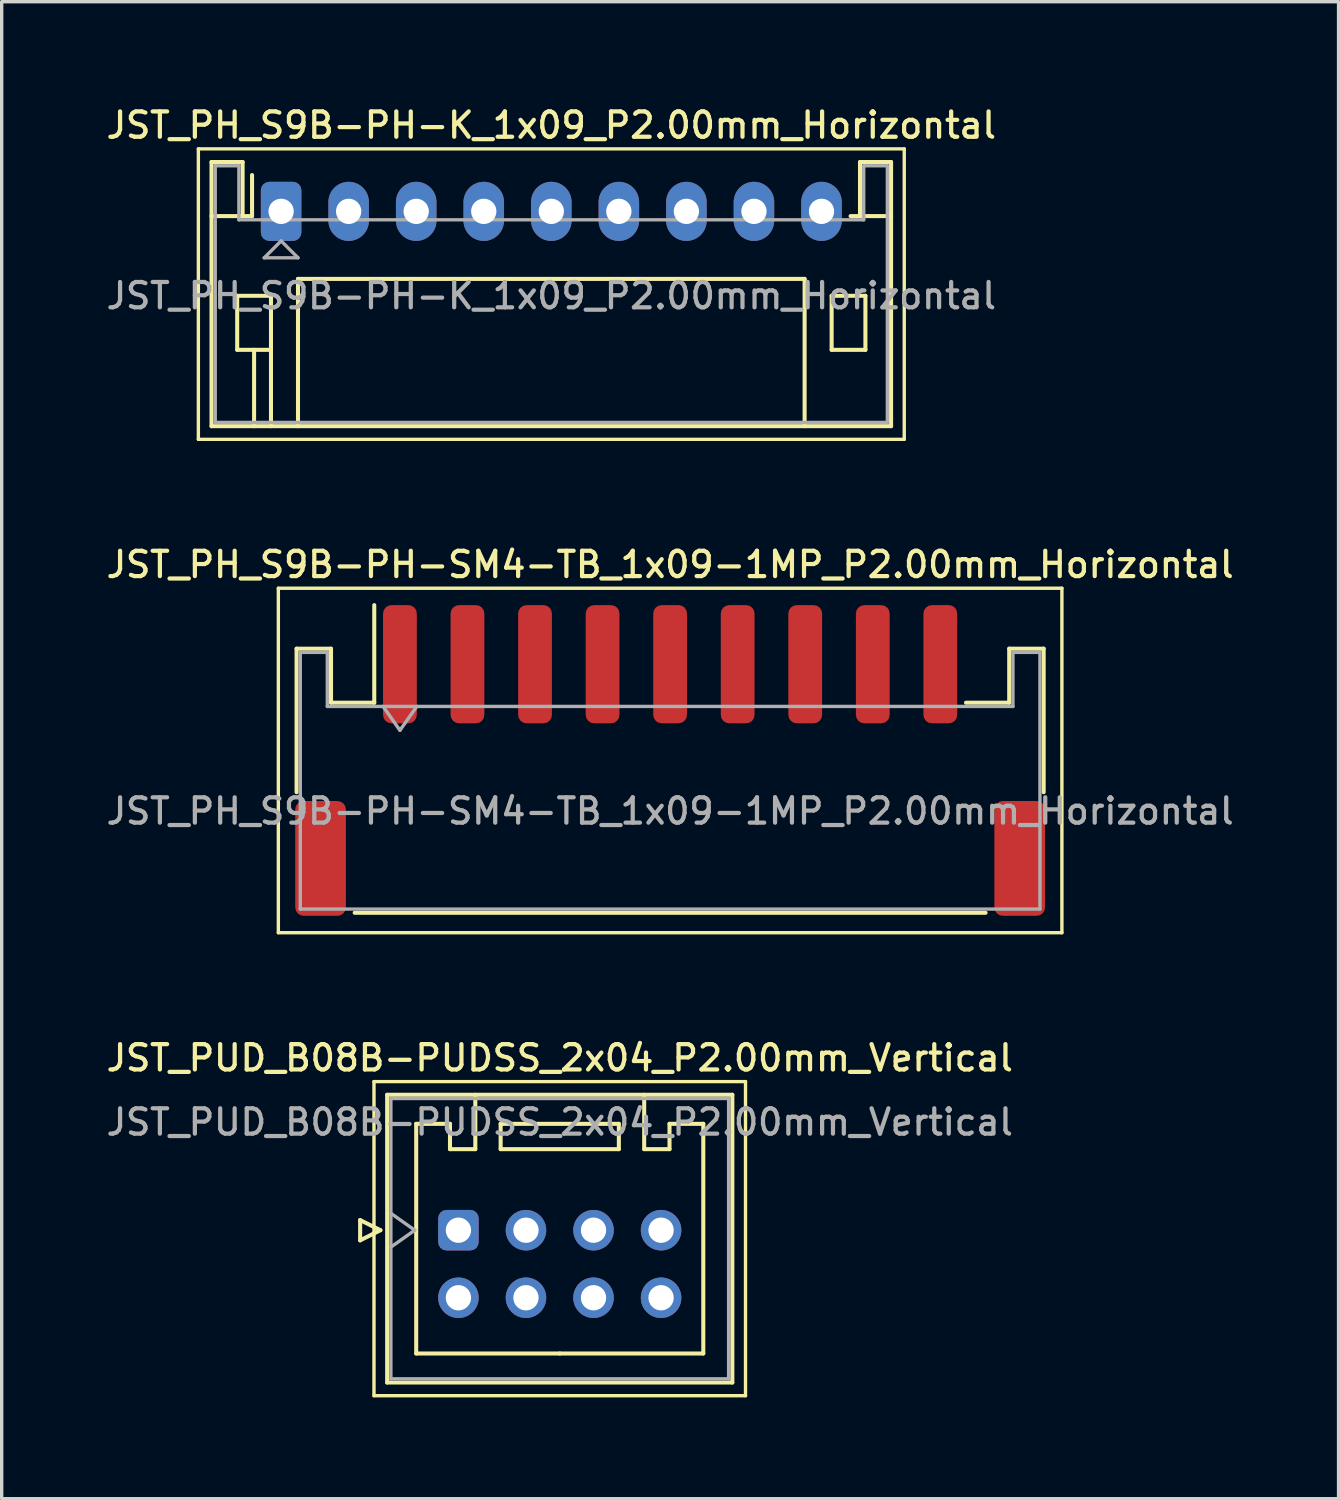
<source format=kicad_pcb>
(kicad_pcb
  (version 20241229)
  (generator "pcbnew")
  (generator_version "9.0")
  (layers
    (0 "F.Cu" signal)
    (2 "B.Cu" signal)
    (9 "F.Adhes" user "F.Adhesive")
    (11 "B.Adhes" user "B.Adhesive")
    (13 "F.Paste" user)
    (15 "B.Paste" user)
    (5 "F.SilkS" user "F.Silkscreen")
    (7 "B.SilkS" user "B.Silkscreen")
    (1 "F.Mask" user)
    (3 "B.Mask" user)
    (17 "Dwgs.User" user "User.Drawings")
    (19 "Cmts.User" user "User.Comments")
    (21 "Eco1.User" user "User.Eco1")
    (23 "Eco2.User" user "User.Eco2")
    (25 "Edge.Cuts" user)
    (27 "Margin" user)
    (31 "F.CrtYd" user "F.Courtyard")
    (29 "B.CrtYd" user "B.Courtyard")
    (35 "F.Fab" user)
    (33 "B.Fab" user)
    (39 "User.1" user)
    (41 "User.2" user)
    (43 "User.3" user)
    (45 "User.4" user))
  (footprint "JST_PH_S9B-PH-SM4-TB_1x09-1MP_P2.00mm_Horizontal"
    (layer "F.Cu")
    (at 16.791 19.466)
    (property "Reference" "JST_PH_S9B-PH-SM4-TB_1x09-1MP_P2.00mm_Horizontal" (at 0 -5.8 0) (layer "F.SilkS") (effects (font (size 0.75 0.75) (thickness 0.125))))
    (attr smd)
    (fp_line (start -11.6 -5.1) (end -11.6 5.1) (stroke (width 0.1) (type solid)) (layer "F.SilkS"))
    (fp_line (start -11.6 5.1) (end 11.6 5.1) (stroke (width 0.1) (type solid)) (layer "F.SilkS"))
    (fp_line (start -11.06 -3.31) (end -10.04 -3.31) (stroke (width 0.12) (type solid)) (layer "F.SilkS"))
    (fp_line (start -11.06 0.94) (end -11.06 -3.31) (stroke (width 0.12) (type solid)) (layer "F.SilkS"))
    (fp_line (start -10.04 -3.31) (end -10.04 -1.71) (stroke (width 0.12) (type solid)) (layer "F.SilkS"))
    (fp_line (start -10.04 -1.71) (end -8.76 -1.71) (stroke (width 0.12) (type solid)) (layer "F.SilkS"))
    (fp_line (start -9.34 4.51) (end 9.34 4.51) (stroke (width 0.12) (type solid)) (layer "F.SilkS"))
    (fp_line (start -8.76 -1.71) (end -8.76 -4.6) (stroke (width 0.12) (type solid)) (layer "F.SilkS"))
    (fp_line (start 10.04 -3.31) (end 10.04 -1.71) (stroke (width 0.12) (type solid)) (layer "F.SilkS"))
    (fp_line (start 10.04 -1.71) (end 8.76 -1.71) (stroke (width 0.12) (type solid)) (layer "F.SilkS"))
    (fp_line (start 11.06 -3.31) (end 10.04 -3.31) (stroke (width 0.12) (type solid)) (layer "F.SilkS"))
    (fp_line (start 11.06 0.94) (end 11.06 -3.31) (stroke (width 0.12) (type solid)) (layer "F.SilkS"))
    (fp_line (start 11.6 -5.1) (end -11.6 -5.1) (stroke (width 0.1) (type solid)) (layer "F.SilkS"))
    (fp_line (start 11.6 5.1) (end 11.6 -5.1) (stroke (width 0.1) (type solid)) (layer "F.SilkS"))
    (fp_line (start -10.95 -3.2) (end -10.95 4.4) (stroke (width 0.1) (type solid)) (layer "F.Fab"))
    (fp_line (start -10.95 -3.2) (end -10.15 -3.2) (stroke (width 0.1) (type solid)) (layer "F.Fab"))
    (fp_line (start -10.95 4.4) (end 10.95 4.4) (stroke (width 0.1) (type solid)) (layer "F.Fab"))
    (fp_line (start -10.15 -3.2) (end -10.15 -1.6) (stroke (width 0.1) (type solid)) (layer "F.Fab"))
    (fp_line (start -10.15 -1.6) (end 10.15 -1.6) (stroke (width 0.1) (type solid)) (layer "F.Fab"))
    (fp_line (start -8.5 -1.6) (end -8 -0.893) (stroke (width 0.1) (type solid)) (layer "F.Fab"))
    (fp_line (start -8 -0.893) (end -7.5 -1.6) (stroke (width 0.1) (type solid)) (layer "F.Fab"))
    (fp_line (start 10.15 -3.2) (end 10.95 -3.2) (stroke (width 0.1) (type solid)) (layer "F.Fab"))
    (fp_line (start 10.15 -1.6) (end 10.15 -3.2) (stroke (width 0.1) (type solid)) (layer "F.Fab"))
    (fp_line (start 10.95 -3.2) (end 10.95 4.4) (stroke (width 0.1) (type solid)) (layer "F.Fab"))
    (fp_text user "${REFERENCE}" (at 0 1.5 0) (layer "F.Fab") (effects (font (size 0.75 0.75) (thickness 0.125))))
    (pad "1" smd roundrect (at -8 -2.85) (size 1 3.5) (layers "F.Cu" "F.Mask" "F.Paste") (roundrect_rratio 0.25))
    (pad "2" smd roundrect (at -6 -2.85) (size 1 3.5) (layers "F.Cu" "F.Mask" "F.Paste") (roundrect_rratio 0.25))
    (pad "3" smd roundrect (at -4 -2.85) (size 1 3.5) (layers "F.Cu" "F.Mask" "F.Paste") (roundrect_rratio 0.25))
    (pad "4" smd roundrect (at -2 -2.85) (size 1 3.5) (layers "F.Cu" "F.Mask" "F.Paste") (roundrect_rratio 0.25))
    (pad "5" smd roundrect (at 0 -2.85) (size 1 3.5) (layers "F.Cu" "F.Mask" "F.Paste") (roundrect_rratio 0.25))
    (pad "6" smd roundrect (at 2 -2.85) (size 1 3.5) (layers "F.Cu" "F.Mask" "F.Paste") (roundrect_rratio 0.25))
    (pad "7" smd roundrect (at 4 -2.85) (size 1 3.5) (layers "F.Cu" "F.Mask" "F.Paste") (roundrect_rratio 0.25))
    (pad "8" smd roundrect (at 6 -2.85) (size 1 3.5) (layers "F.Cu" "F.Mask" "F.Paste") (roundrect_rratio 0.25))
    (pad "9" smd roundrect (at 8 -2.85) (size 1 3.5) (layers "F.Cu" "F.Mask" "F.Paste") (roundrect_rratio 0.25))
    (pad "MP" smd roundrect (at -10.35 2.9) (size 1.5 3.4) (layers "F.Cu" "F.Mask" "F.Paste") (roundrect_rratio 0.167))
    (pad "MP" smd roundrect (at 10.35 2.9) (size 1.5 3.4) (layers "F.Cu" "F.Mask" "F.Paste") (roundrect_rratio 0.167)))
  (footprint "JST_PUD_B08B-PUDSS_2x04_P2.00mm_Vertical"
    (layer "F.Cu")
    (at 10.523 33.374)
    (property "Reference" "JST_PUD_B08B-PUDSS_2x04_P2.00mm_Vertical" (at 3 -5.1 0) (layer "F.SilkS") (effects (font (size 0.75 0.75) (thickness 0.125))))
    (attr through_hole)
    (fp_line (start -2.91 -0.3) (end -2.31 0) (stroke (width 0.12) (type solid)) (layer "F.SilkS"))
    (fp_line (start -2.91 0.3) (end -2.91 -0.3) (stroke (width 0.12) (type solid)) (layer "F.SilkS"))
    (fp_line (start -2.5 -4.4) (end -2.5 4.9) (stroke (width 0.1) (type solid)) (layer "F.SilkS"))
    (fp_line (start -2.5 4.9) (end 8.5 4.9) (stroke (width 0.1) (type solid)) (layer "F.SilkS"))
    (fp_line (start -2.31 0) (end -2.91 0.3) (stroke (width 0.12) (type solid)) (layer "F.SilkS"))
    (fp_line (start -2.11 -4.01) (end -2.11 4.51) (stroke (width 0.12) (type solid)) (layer "F.SilkS"))
    (fp_line (start -2.11 4.51) (end 8.11 4.51) (stroke (width 0.12) (type solid)) (layer "F.SilkS"))
    (fp_line (start -1.25 -3.15) (end -1.25 3.65) (stroke (width 0.12) (type solid)) (layer "F.SilkS"))
    (fp_line (start -1.25 3.65) (end 3 3.65) (stroke (width 0.12) (type solid)) (layer "F.SilkS"))
    (fp_line (start -0.25 -3.15) (end -1.25 -3.15) (stroke (width 0.12) (type solid)) (layer "F.SilkS"))
    (fp_line (start -0.25 -2.4) (end -0.25 -3.15) (stroke (width 0.12) (type solid)) (layer "F.SilkS"))
    (fp_line (start 0.5 -4.01) (end 0.5 -2.4) (stroke (width 0.12) (type solid)) (layer "F.SilkS"))
    (fp_line (start 0.5 -2.4) (end -0.25 -2.4) (stroke (width 0.12) (type solid)) (layer "F.SilkS"))
    (fp_line (start 1.25 -3.15) (end 1.25 -2.4) (stroke (width 0.12) (type solid)) (layer "F.SilkS"))
    (fp_line (start 1.25 -2.4) (end 4.75 -2.4) (stroke (width 0.12) (type solid)) (layer "F.SilkS"))
    (fp_line (start 4.75 -3.15) (end 1.25 -3.15) (stroke (width 0.12) (type solid)) (layer "F.SilkS"))
    (fp_line (start 4.75 -2.4) (end 4.75 -3.15) (stroke (width 0.12) (type solid)) (layer "F.SilkS"))
    (fp_line (start 5.5 -4.01) (end 5.5 -2.4) (stroke (width 0.12) (type solid)) (layer "F.SilkS"))
    (fp_line (start 5.5 -2.4) (end 6.25 -2.4) (stroke (width 0.12) (type solid)) (layer "F.SilkS"))
    (fp_line (start 6.25 -3.15) (end 7.25 -3.15) (stroke (width 0.12) (type solid)) (layer "F.SilkS"))
    (fp_line (start 6.25 -2.4) (end 6.25 -3.15) (stroke (width 0.12) (type solid)) (layer "F.SilkS"))
    (fp_line (start 7.25 -3.15) (end 7.25 3.65) (stroke (width 0.12) (type solid)) (layer "F.SilkS"))
    (fp_line (start 7.25 3.65) (end 3 3.65) (stroke (width 0.12) (type solid)) (layer "F.SilkS"))
    (fp_line (start 8.11 -4.01) (end -2.11 -4.01) (stroke (width 0.12) (type solid)) (layer "F.SilkS"))
    (fp_line (start 8.11 4.51) (end 8.11 -4.01) (stroke (width 0.12) (type solid)) (layer "F.SilkS"))
    (fp_line (start 8.5 -4.4) (end -2.5 -4.4) (stroke (width 0.1) (type solid)) (layer "F.SilkS"))
    (fp_line (start 8.5 4.9) (end 8.5 -4.4) (stroke (width 0.1) (type solid)) (layer "F.SilkS"))
    (fp_line (start -2 -3.9) (end -2 4.4) (stroke (width 0.1) (type solid)) (layer "F.Fab"))
    (fp_line (start -2 0.5) (end -1.293 0) (stroke (width 0.1) (type solid)) (layer "F.Fab"))
    (fp_line (start -2 4.4) (end 8 4.4) (stroke (width 0.1) (type solid)) (layer "F.Fab"))
    (fp_line (start -1.293 0) (end -2 -0.5) (stroke (width 0.1) (type solid)) (layer "F.Fab"))
    (fp_line (start 8 -3.9) (end -2 -3.9) (stroke (width 0.1) (type solid)) (layer "F.Fab"))
    (fp_line (start 8 4.4) (end 8 -3.9) (stroke (width 0.1) (type solid)) (layer "F.Fab"))
    (fp_text user "${REFERENCE}" (at 3 -3.2 0) (layer "F.Fab") (effects (font (size 0.75 0.75) (thickness 0.125))))
    (pad "1" thru_hole roundrect (at 0 0) (size 1.2 1.2) (drill 0.75) (layers "*.Cu" "*.Mask") (roundrect_rratio 0.208))
    (pad "2" thru_hole circle (at 0 2) (size 1.2 1.2) (drill 0.75) (layers "*.Cu" "*.Mask"))
    (pad "3" thru_hole circle (at 2 0) (size 1.2 1.2) (drill 0.75) (layers "*.Cu" "*.Mask"))
    (pad "4" thru_hole circle (at 2 2) (size 1.2 1.2) (drill 0.75) (layers "*.Cu" "*.Mask"))
    (pad "5" thru_hole circle (at 4 0) (size 1.2 1.2) (drill 0.75) (layers "*.Cu" "*.Mask"))
    (pad "6" thru_hole circle (at 4 2) (size 1.2 1.2) (drill 0.75) (layers "*.Cu" "*.Mask"))
    (pad "7" thru_hole circle (at 6 0) (size 1.2 1.2) (drill 0.75) (layers "*.Cu" "*.Mask"))
    (pad "8" thru_hole circle (at 6 2) (size 1.2 1.2) (drill 0.75) (layers "*.Cu" "*.Mask")))
  (footprint "JST_PH_S9B-PH-K_1x09_P2.00mm_Horizontal"
    (layer "F.Cu")
    (at 5.273 3.208)
    (property "Reference" "JST_PH_S9B-PH-K_1x09_P2.00mm_Horizontal" (at 8 -2.55 0) (layer "F.SilkS") (effects (font (size 0.75 0.75) (thickness 0.125))))
    (attr through_hole)
    (fp_line (start -2.45 -1.85) (end -2.45 6.75) (stroke (width 0.1) (type solid)) (layer "F.SilkS"))
    (fp_line (start -2.45 6.75) (end 18.45 6.75) (stroke (width 0.1) (type solid)) (layer "F.SilkS"))
    (fp_line (start -2.06 -1.46) (end -2.06 6.36) (stroke (width 0.12) (type solid)) (layer "F.SilkS"))
    (fp_line (start -2.06 0.14) (end -1.14 0.14) (stroke (width 0.12) (type solid)) (layer "F.SilkS"))
    (fp_line (start -2.06 6.36) (end 18.06 6.36) (stroke (width 0.12) (type solid)) (layer "F.SilkS"))
    (fp_line (start -1.3 2.5) (end -1.3 4.1) (stroke (width 0.12) (type solid)) (layer "F.SilkS"))
    (fp_line (start -1.3 4.1) (end -0.3 4.1) (stroke (width 0.12) (type solid)) (layer "F.SilkS"))
    (fp_line (start -1.14 -1.46) (end -2.06 -1.46) (stroke (width 0.12) (type solid)) (layer "F.SilkS"))
    (fp_line (start -1.14 0.14) (end -1.14 -1.46) (stroke (width 0.12) (type solid)) (layer "F.SilkS"))
    (fp_line (start -0.86 0.14) (end -1.14 0.14) (stroke (width 0.12) (type solid)) (layer "F.SilkS"))
    (fp_line (start -0.86 0.14) (end -0.86 -1.075) (stroke (width 0.12) (type solid)) (layer "F.SilkS"))
    (fp_line (start -0.8 4.1) (end -0.8 6.36) (stroke (width 0.12) (type solid)) (layer "F.SilkS"))
    (fp_line (start -0.3 2.5) (end -1.3 2.5) (stroke (width 0.12) (type solid)) (layer "F.SilkS"))
    (fp_line (start -0.3 4.1) (end -0.3 2.5) (stroke (width 0.12) (type solid)) (layer "F.SilkS"))
    (fp_line (start -0.3 4.1) (end -0.3 6.36) (stroke (width 0.12) (type solid)) (layer "F.SilkS"))
    (fp_line (start 0.5 2) (end 15.5 2) (stroke (width 0.12) (type solid)) (layer "F.SilkS"))
    (fp_line (start 0.5 6.36) (end 0.5 2) (stroke (width 0.12) (type solid)) (layer "F.SilkS"))
    (fp_line (start 15.5 2) (end 15.5 6.36) (stroke (width 0.12) (type solid)) (layer "F.SilkS"))
    (fp_line (start 16.3 2.5) (end 17.3 2.5) (stroke (width 0.12) (type solid)) (layer "F.SilkS"))
    (fp_line (start 16.3 4.1) (end 16.3 2.5) (stroke (width 0.12) (type solid)) (layer "F.SilkS"))
    (fp_line (start 17.14 -1.46) (end 17.14 0.14) (stroke (width 0.12) (type solid)) (layer "F.SilkS"))
    (fp_line (start 17.14 0.14) (end 16.86 0.14) (stroke (width 0.12) (type solid)) (layer "F.SilkS"))
    (fp_line (start 17.3 2.5) (end 17.3 4.1) (stroke (width 0.12) (type solid)) (layer "F.SilkS"))
    (fp_line (start 17.3 4.1) (end 16.3 4.1) (stroke (width 0.12) (type solid)) (layer "F.SilkS"))
    (fp_line (start 18.06 -1.46) (end 17.14 -1.46) (stroke (width 0.12) (type solid)) (layer "F.SilkS"))
    (fp_line (start 18.06 0.14) (end 17.14 0.14) (stroke (width 0.12) (type solid)) (layer "F.SilkS"))
    (fp_line (start 18.06 6.36) (end 18.06 -1.46) (stroke (width 0.12) (type solid)) (layer "F.SilkS"))
    (fp_line (start 18.45 -1.85) (end -2.45 -1.85) (stroke (width 0.1) (type solid)) (layer "F.SilkS"))
    (fp_line (start 18.45 6.75) (end 18.45 -1.85) (stroke (width 0.1) (type solid)) (layer "F.SilkS"))
    (fp_line (start -1.95 -1.35) (end -1.95 6.25) (stroke (width 0.1) (type solid)) (layer "F.Fab"))
    (fp_line (start -1.95 6.25) (end 17.95 6.25) (stroke (width 0.1) (type solid)) (layer "F.Fab"))
    (fp_line (start -1.25 -1.35) (end -1.95 -1.35) (stroke (width 0.1) (type solid)) (layer "F.Fab"))
    (fp_line (start -1.25 0.25) (end -1.25 -1.35) (stroke (width 0.1) (type solid)) (layer "F.Fab"))
    (fp_line (start -0.5 1.375) (end 0.5 1.375) (stroke (width 0.1) (type solid)) (layer "F.Fab"))
    (fp_line (start 0 0.875) (end -0.5 1.375) (stroke (width 0.1) (type solid)) (layer "F.Fab"))
    (fp_line (start 0.5 1.375) (end 0 0.875) (stroke (width 0.1) (type solid)) (layer "F.Fab"))
    (fp_line (start 17.25 -1.35) (end 17.25 0.25) (stroke (width 0.1) (type solid)) (layer "F.Fab"))
    (fp_line (start 17.25 0.25) (end -1.25 0.25) (stroke (width 0.1) (type solid)) (layer "F.Fab"))
    (fp_line (start 17.95 -1.35) (end 17.25 -1.35) (stroke (width 0.1) (type solid)) (layer "F.Fab"))
    (fp_line (start 17.95 6.25) (end 17.95 -1.35) (stroke (width 0.1) (type solid)) (layer "F.Fab"))
    (fp_text user "${REFERENCE}" (at 8 2.5 0) (layer "F.Fab") (effects (font (size 0.75 0.75) (thickness 0.125))))
    (pad "1" thru_hole roundrect (at 0 0) (size 1.2 1.75) (drill 0.75) (layers "*.Cu" "*.Mask") (roundrect_rratio 0.208))
    (pad "2" thru_hole oval (at 2 0) (size 1.2 1.75) (drill 0.75) (layers "*.Cu" "*.Mask"))
    (pad "3" thru_hole oval (at 4 0) (size 1.2 1.75) (drill 0.75) (layers "*.Cu" "*.Mask"))
    (pad "4" thru_hole oval (at 6 0) (size 1.2 1.75) (drill 0.75) (layers "*.Cu" "*.Mask"))
    (pad "5" thru_hole oval (at 8 0) (size 1.2 1.75) (drill 0.75) (layers "*.Cu" "*.Mask"))
    (pad "6" thru_hole oval (at 10 0) (size 1.2 1.75) (drill 0.75) (layers "*.Cu" "*.Mask"))
    (pad "7" thru_hole oval (at 12 0) (size 1.2 1.75) (drill 0.75) (layers "*.Cu" "*.Mask"))
    (pad "8" thru_hole oval (at 14 0) (size 1.2 1.75) (drill 0.75) (layers "*.Cu" "*.Mask"))
    (pad "9" thru_hole oval (at 16 0) (size 1.2 1.75) (drill 0.75) (layers "*.Cu" "*.Mask")))
  (gr_rect
    (start -3 -3)
    (end 36.582 41.324)
    (stroke (width 0.1) (type default))
    (fill no)
    (layer "Edge.Cuts")))
</source>
